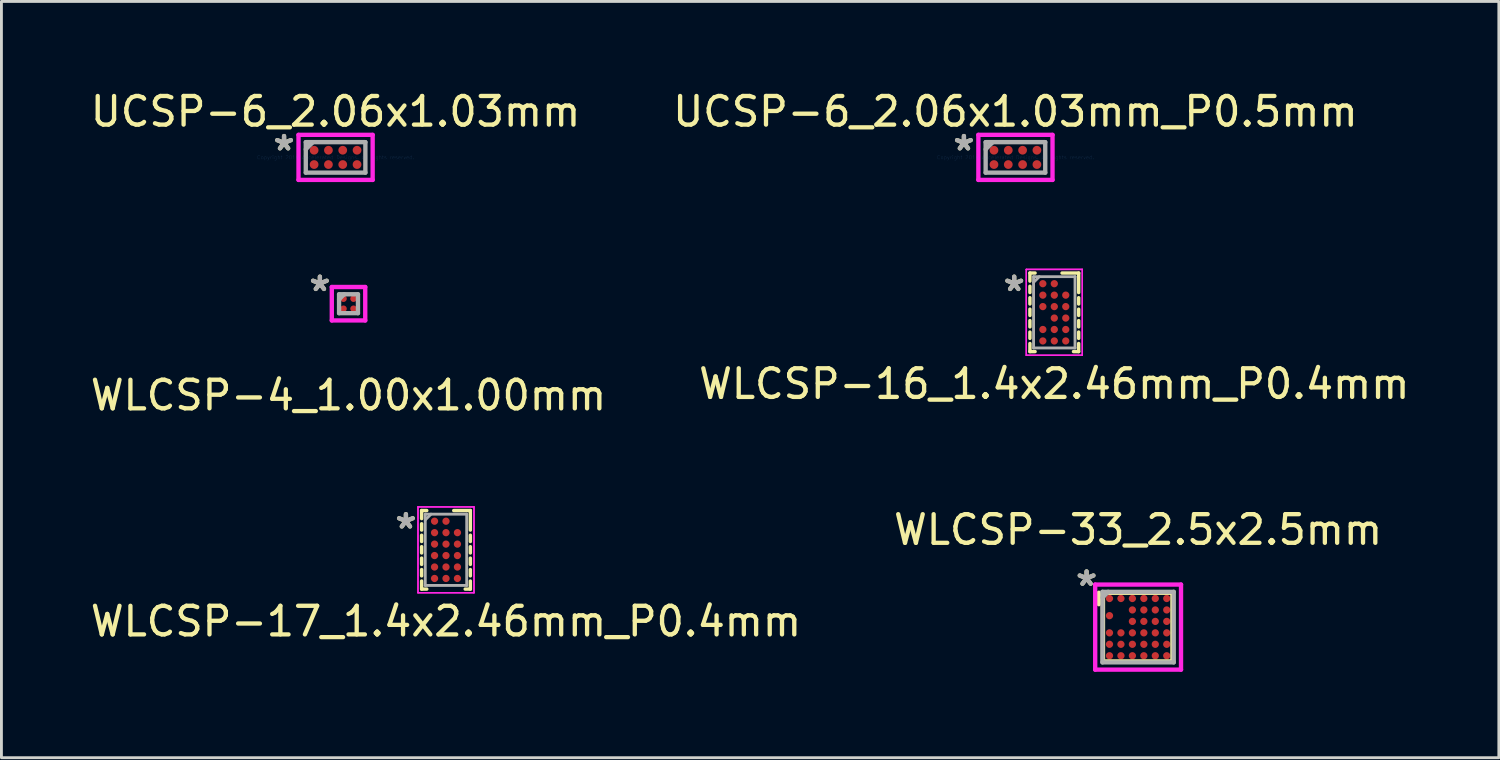
<source format=kicad_pcb>
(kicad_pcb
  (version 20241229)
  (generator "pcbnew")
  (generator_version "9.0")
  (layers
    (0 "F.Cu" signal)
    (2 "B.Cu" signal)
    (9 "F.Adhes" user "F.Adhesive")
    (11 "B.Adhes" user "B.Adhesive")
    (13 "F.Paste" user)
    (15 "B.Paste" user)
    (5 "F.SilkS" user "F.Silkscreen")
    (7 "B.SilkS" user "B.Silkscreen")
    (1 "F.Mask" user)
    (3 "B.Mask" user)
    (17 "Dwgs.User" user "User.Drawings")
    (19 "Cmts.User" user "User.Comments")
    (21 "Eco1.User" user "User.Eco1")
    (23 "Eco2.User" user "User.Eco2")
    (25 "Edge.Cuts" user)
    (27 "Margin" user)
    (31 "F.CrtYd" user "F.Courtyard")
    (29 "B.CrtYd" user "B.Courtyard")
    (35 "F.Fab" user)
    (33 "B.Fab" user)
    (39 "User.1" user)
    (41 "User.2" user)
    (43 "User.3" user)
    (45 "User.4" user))
  (footprint "UCSP-6_2.06x1.03mm_P0.5mm"
    (layer "F.Cu")
    (at 32.423 2.448)
    (property "Reference" "UCSP-6_2.06x1.03mm_P0.5mm" (at 0 -1.6 0) (layer "F.SilkS") (effects (font (size 1 1) (thickness 0.15))))
    (attr through_hole)
    (fp_line (start -1.295 -0.787) (end 1.295 -0.787) (stroke (width 0.152) (type solid)) (layer "F.CrtYd"))
    (fp_line (start -1.295 0.787) (end -1.295 -0.787) (stroke (width 0.152) (type solid)) (layer "F.CrtYd"))
    (fp_line (start 1.295 -0.787) (end 1.295 0.787) (stroke (width 0.152) (type solid)) (layer "F.CrtYd"))
    (fp_line (start 1.295 0.787) (end -1.295 0.787) (stroke (width 0.152) (type solid)) (layer "F.CrtYd"))
    (fp_line (start -1.041 -0.533) (end -1.041 0.533) (stroke (width 0.152) (type solid)) (layer "F.Fab"))
    (fp_line (start -1.041 0.533) (end 1.041 0.533) (stroke (width 0.152) (type solid)) (layer "F.Fab"))
    (fp_line (start -0.791 -0.533) (end -1.041 -0.283) (stroke (width 0.152) (type solid)) (layer "F.Fab"))
    (fp_line (start 1.041 -0.533) (end -1.041 -0.533) (stroke (width 0.152) (type solid)) (layer "F.Fab"))
    (fp_line (start 1.041 0.533) (end 1.041 -0.533) (stroke (width 0.152) (type solid)) (layer "F.Fab"))
    (fp_text user "*" (at -1.8 -0.2 0) (layer "F.SilkS") (effects (font (size 1 1) (thickness 0.15))))
    (fp_text user "Copyright 2016 Accelerated Designs. All rights reserved." (at 0 0 0) (layer "Cmts.User") (effects (font (size 0.127 0.127) (thickness 0.002))))
    (fp_text user "*" (at -1.8 -0.2 0) (layer "F.Fab") (effects (font (size 1 1) (thickness 0.15))))
    (pad "A1" smd circle (at -0.75 -0.25) (size 0.305 0.305) (layers "F.Cu" "F.Mask" "F.Paste"))
    (pad "A2" smd circle (at -0.25 -0.25) (size 0.305 0.305) (layers "F.Cu" "F.Mask" "F.Paste"))
    (pad "A3" smd circle (at 0.25 -0.25) (size 0.305 0.305) (layers "F.Cu" "F.Mask" "F.Paste"))
    (pad "A4" smd circle (at 0.75 -0.25) (size 0.305 0.305) (layers "F.Cu" "F.Mask" "F.Paste"))
    (pad "B1" smd circle (at -0.75 0.25) (size 0.305 0.305) (layers "F.Cu" "F.Mask" "F.Paste"))
    (pad "B2" smd circle (at -0.25 0.25) (size 0.305 0.305) (layers "F.Cu" "F.Mask" "F.Paste"))
    (pad "B3" smd circle (at 0.25 0.25) (size 0.305 0.305) (layers "F.Cu" "F.Mask" "F.Paste"))
    (pad "B4" smd circle (at 0.75 0.25) (size 0.305 0.305) (layers "F.Cu" "F.Mask" "F.Paste")))
  (footprint "WLCSP-17_1.4x2.46mm_P0.4mm"
    (layer "F.Cu")
    (at 12.53 16.157)
    (property "Reference" "WLCSP-17_1.4x2.46mm_P0.4mm" (at 0 2.5 0) (layer "F.SilkS") (effects (font (size 1 1) (thickness 0.15))))
    (attr through_hole)
    (fp_line (start -0.851 -1.372) (end -0.851 -1.09) (stroke (width 0.12) (type solid)) (layer "F.SilkS"))
    (fp_line (start -0.851 -0.91) (end -0.851 -0.69) (stroke (width 0.12) (type solid)) (layer "F.SilkS"))
    (fp_line (start -0.851 -0.51) (end -0.851 -0.29) (stroke (width 0.12) (type solid)) (layer "F.SilkS"))
    (fp_line (start -0.851 -0.11) (end -0.851 0.11) (stroke (width 0.12) (type solid)) (layer "F.SilkS"))
    (fp_line (start -0.851 0.29) (end -0.851 0.51) (stroke (width 0.12) (type solid)) (layer "F.SilkS"))
    (fp_line (start -0.851 0.69) (end -0.851 0.91) (stroke (width 0.12) (type solid)) (layer "F.SilkS"))
    (fp_line (start -0.851 1.09) (end -0.851 1.372) (stroke (width 0.12) (type solid)) (layer "F.SilkS"))
    (fp_line (start -0.851 1.372) (end -0.671 1.372) (stroke (width 0.12) (type solid)) (layer "F.SilkS"))
    (fp_line (start -0.671 -1.372) (end -0.851 -1.372) (stroke (width 0.12) (type solid)) (layer "F.SilkS"))
    (fp_line (start 0.671 1.372) (end 0.851 1.372) (stroke (width 0.12) (type solid)) (layer "F.SilkS"))
    (fp_line (start 0.851 -1.372) (end 0.271 -1.372) (stroke (width 0.12) (type solid)) (layer "F.SilkS"))
    (fp_line (start 0.851 -0.69) (end 0.851 -1.372) (stroke (width 0.12) (type solid)) (layer "F.SilkS"))
    (fp_line (start 0.851 -0.29) (end 0.851 -0.51) (stroke (width 0.12) (type solid)) (layer "F.SilkS"))
    (fp_line (start 0.851 0.11) (end 0.851 -0.11) (stroke (width 0.12) (type solid)) (layer "F.SilkS"))
    (fp_line (start 0.851 0.51) (end 0.851 0.29) (stroke (width 0.12) (type solid)) (layer "F.SilkS"))
    (fp_line (start 0.851 0.91) (end 0.851 0.69) (stroke (width 0.12) (type solid)) (layer "F.SilkS"))
    (fp_line (start 0.851 1.372) (end 0.851 1.09) (stroke (width 0.12) (type solid)) (layer "F.SilkS"))
    (fp_line (start -0.978 -1.499) (end 0.978 -1.499) (stroke (width 0.05) (type solid)) (layer "F.CrtYd"))
    (fp_line (start -0.978 -1.499) (end 0.978 -1.499) (stroke (width 0.05) (type solid)) (layer "F.CrtYd"))
    (fp_line (start -0.978 1.499) (end -0.978 -1.499) (stroke (width 0.05) (type solid)) (layer "F.CrtYd"))
    (fp_line (start -0.978 1.499) (end -0.978 -1.499) (stroke (width 0.05) (type solid)) (layer "F.CrtYd"))
    (fp_line (start 0.978 -1.499) (end 0.978 1.499) (stroke (width 0.05) (type solid)) (layer "F.CrtYd"))
    (fp_line (start 0.978 -1.499) (end 0.978 1.499) (stroke (width 0.05) (type solid)) (layer "F.CrtYd"))
    (fp_line (start 0.978 1.499) (end -0.978 1.499) (stroke (width 0.05) (type solid)) (layer "F.CrtYd"))
    (fp_line (start 0.978 1.499) (end -0.978 1.499) (stroke (width 0.05) (type solid)) (layer "F.CrtYd"))
    (fp_line (start -0.724 -1.245) (end -0.724 1.245) (stroke (width 0.1) (type solid)) (layer "F.Fab"))
    (fp_line (start -0.724 1.245) (end 0.724 1.245) (stroke (width 0.1) (type solid)) (layer "F.Fab"))
    (fp_line (start -0.524 -1.245) (end -0.724 -1.045) (stroke (width 0.1) (type solid)) (layer "F.Fab"))
    (fp_line (start 0.724 -1.245) (end -0.724 -1.245) (stroke (width 0.1) (type solid)) (layer "F.Fab"))
    (fp_line (start 0.724 1.245) (end 0.724 -1.245) (stroke (width 0.1) (type solid)) (layer "F.Fab"))
    (fp_text user "*" (at -1.4 -0.7 0) (layer "F.SilkS") (effects (font (size 1 1) (thickness 0.15))))
    (fp_text user "*" (at -1.4 -0.7 0) (layer "F.Fab") (effects (font (size 1 1) (thickness 0.15))))
    (pad "A1" smd circle (at -0.4 -1) (size 0.254 0.254) (layers "F.Cu" "F.Mask" "F.Paste"))
    (pad "A2" smd circle (at 0 -1) (size 0.254 0.254) (layers "F.Cu" "F.Mask" "F.Paste"))
    (pad "B1" smd circle (at -0.4 -0.6) (size 0.254 0.254) (layers "F.Cu" "F.Mask" "F.Paste"))
    (pad "B2" smd circle (at 0 -0.6) (size 0.254 0.254) (layers "F.Cu" "F.Mask" "F.Paste"))
    (pad "B3" smd circle (at 0.4 -0.6) (size 0.254 0.254) (layers "F.Cu" "F.Mask" "F.Paste"))
    (pad "C1" smd circle (at -0.4 -0.2) (size 0.254 0.254) (layers "F.Cu" "F.Mask" "F.Paste"))
    (pad "C2" smd circle (at 0 -0.2) (size 0.254 0.254) (layers "F.Cu" "F.Mask" "F.Paste"))
    (pad "C3" smd circle (at 0.4 -0.2) (size 0.254 0.254) (layers "F.Cu" "F.Mask" "F.Paste"))
    (pad "D1" smd circle (at -0.4 0.2) (size 0.254 0.254) (layers "F.Cu" "F.Mask" "F.Paste"))
    (pad "D2" smd circle (at 0 0.2) (size 0.254 0.254) (layers "F.Cu" "F.Mask" "F.Paste"))
    (pad "D3" smd circle (at 0.4 0.2) (size 0.254 0.254) (layers "F.Cu" "F.Mask" "F.Paste"))
    (pad "E1" smd circle (at -0.4 0.6) (size 0.254 0.254) (layers "F.Cu" "F.Mask" "F.Paste"))
    (pad "E2" smd circle (at 0 0.6) (size 0.254 0.254) (layers "F.Cu" "F.Mask" "F.Paste"))
    (pad "E3" smd circle (at 0.4 0.6) (size 0.254 0.254) (layers "F.Cu" "F.Mask" "F.Paste"))
    (pad "F1" smd circle (at -0.4 1) (size 0.254 0.254) (layers "F.Cu" "F.Mask" "F.Paste"))
    (pad "F2" smd circle (at 0 1) (size 0.254 0.254) (layers "F.Cu" "F.Mask" "F.Paste"))
    (pad "F3" smd circle (at 0.4 1) (size 0.254 0.254) (layers "F.Cu" "F.Mask" "F.Paste")))
  (footprint "WLCSP-16_1.4x2.46mm_P0.4mm"
    (layer "F.Cu")
    (at 33.78 7.86)
    (property "Reference" "WLCSP-16_1.4x2.46mm_P0.4mm" (at 0 2.5 0) (layer "F.SilkS") (effects (font (size 1 1) (thickness 0.15))))
    (attr through_hole)
    (fp_line (start -0.851 -1.372) (end -0.851 -1.09) (stroke (width 0.12) (type solid)) (layer "F.SilkS"))
    (fp_line (start -0.851 -0.91) (end -0.851 -0.69) (stroke (width 0.12) (type solid)) (layer "F.SilkS"))
    (fp_line (start -0.851 -0.51) (end -0.851 -0.29) (stroke (width 0.12) (type solid)) (layer "F.SilkS"))
    (fp_line (start -0.851 -0.11) (end -0.851 0.11) (stroke (width 0.12) (type solid)) (layer "F.SilkS"))
    (fp_line (start -0.851 0.29) (end -0.851 0.51) (stroke (width 0.12) (type solid)) (layer "F.SilkS"))
    (fp_line (start -0.851 0.69) (end -0.851 0.91) (stroke (width 0.12) (type solid)) (layer "F.SilkS"))
    (fp_line (start -0.851 1.09) (end -0.851 1.372) (stroke (width 0.12) (type solid)) (layer "F.SilkS"))
    (fp_line (start -0.851 1.372) (end -0.671 1.372) (stroke (width 0.12) (type solid)) (layer "F.SilkS"))
    (fp_line (start -0.671 -1.372) (end -0.851 -1.372) (stroke (width 0.12) (type solid)) (layer "F.SilkS"))
    (fp_line (start 0.671 1.372) (end 0.851 1.372) (stroke (width 0.12) (type solid)) (layer "F.SilkS"))
    (fp_line (start 0.851 -1.372) (end 0.271 -1.372) (stroke (width 0.12) (type solid)) (layer "F.SilkS"))
    (fp_line (start 0.851 -0.69) (end 0.851 -1.372) (stroke (width 0.12) (type solid)) (layer "F.SilkS"))
    (fp_line (start 0.851 -0.29) (end 0.851 -0.51) (stroke (width 0.12) (type solid)) (layer "F.SilkS"))
    (fp_line (start 0.851 0.11) (end 0.851 -0.11) (stroke (width 0.12) (type solid)) (layer "F.SilkS"))
    (fp_line (start 0.851 0.51) (end 0.851 0.29) (stroke (width 0.12) (type solid)) (layer "F.SilkS"))
    (fp_line (start 0.851 0.91) (end 0.851 0.69) (stroke (width 0.12) (type solid)) (layer "F.SilkS"))
    (fp_line (start 0.851 1.372) (end 0.851 1.09) (stroke (width 0.12) (type solid)) (layer "F.SilkS"))
    (fp_line (start -0.978 -1.499) (end 0.978 -1.499) (stroke (width 0.05) (type solid)) (layer "F.CrtYd"))
    (fp_line (start -0.978 -1.499) (end 0.978 -1.499) (stroke (width 0.05) (type solid)) (layer "F.CrtYd"))
    (fp_line (start -0.978 1.499) (end -0.978 -1.499) (stroke (width 0.05) (type solid)) (layer "F.CrtYd"))
    (fp_line (start -0.978 1.499) (end -0.978 -1.499) (stroke (width 0.05) (type solid)) (layer "F.CrtYd"))
    (fp_line (start 0.978 -1.499) (end 0.978 1.499) (stroke (width 0.05) (type solid)) (layer "F.CrtYd"))
    (fp_line (start 0.978 -1.499) (end 0.978 1.499) (stroke (width 0.05) (type solid)) (layer "F.CrtYd"))
    (fp_line (start 0.978 1.499) (end -0.978 1.499) (stroke (width 0.05) (type solid)) (layer "F.CrtYd"))
    (fp_line (start 0.978 1.499) (end -0.978 1.499) (stroke (width 0.05) (type solid)) (layer "F.CrtYd"))
    (fp_line (start -0.724 -1.245) (end -0.724 1.245) (stroke (width 0.1) (type solid)) (layer "F.Fab"))
    (fp_line (start -0.724 1.245) (end 0.724 1.245) (stroke (width 0.1) (type solid)) (layer "F.Fab"))
    (fp_line (start -0.524 -1.245) (end -0.724 -1.045) (stroke (width 0.1) (type solid)) (layer "F.Fab"))
    (fp_line (start 0.724 -1.245) (end -0.724 -1.245) (stroke (width 0.1) (type solid)) (layer "F.Fab"))
    (fp_line (start 0.724 1.245) (end 0.724 -1.245) (stroke (width 0.1) (type solid)) (layer "F.Fab"))
    (fp_text user "*" (at -1.4 -0.7 0) (layer "F.SilkS") (effects (font (size 1 1) (thickness 0.15))))
    (fp_text user "*" (at -1.4 -0.7 0) (layer "F.Fab") (effects (font (size 1 1) (thickness 0.15))))
    (pad "A1" smd circle (at -0.4 -1) (size 0.254 0.254) (layers "F.Cu" "F.Mask" "F.Paste"))
    (pad "A2" smd circle (at 0 -1) (size 0.254 0.254) (layers "F.Cu" "F.Mask" "F.Paste"))
    (pad "B1" smd circle (at -0.4 -0.6) (size 0.254 0.254) (layers "F.Cu" "F.Mask" "F.Paste"))
    (pad "B2" smd circle (at 0 -0.6) (size 0.254 0.254) (layers "F.Cu" "F.Mask" "F.Paste"))
    (pad "B3" smd circle (at 0.4 -0.6) (size 0.254 0.254) (layers "F.Cu" "F.Mask" "F.Paste"))
    (pad "C1" smd circle (at -0.4 -0.2) (size 0.254 0.254) (layers "F.Cu" "F.Mask" "F.Paste"))
    (pad "C2" smd circle (at 0 -0.2) (size 0.254 0.254) (layers "F.Cu" "F.Mask" "F.Paste"))
    (pad "C3" smd circle (at 0.4 -0.2) (size 0.254 0.254) (layers "F.Cu" "F.Mask" "F.Paste"))
    (pad "D2" smd circle (at 0 0.2) (size 0.254 0.254) (layers "F.Cu" "F.Mask" "F.Paste"))
    (pad "D3" smd circle (at 0.4 0.2) (size 0.254 0.254) (layers "F.Cu" "F.Mask" "F.Paste"))
    (pad "E1" smd circle (at -0.4 0.6) (size 0.254 0.254) (layers "F.Cu" "F.Mask" "F.Paste"))
    (pad "E2" smd circle (at 0 0.6) (size 0.254 0.254) (layers "F.Cu" "F.Mask" "F.Paste"))
    (pad "E3" smd circle (at 0.4 0.6) (size 0.254 0.254) (layers "F.Cu" "F.Mask" "F.Paste"))
    (pad "F1" smd circle (at -0.4 1) (size 0.254 0.254) (layers "F.Cu" "F.Mask" "F.Paste"))
    (pad "F2" smd circle (at 0 1) (size 0.254 0.254) (layers "F.Cu" "F.Mask" "F.Paste"))
    (pad "F3" smd circle (at 0.4 1) (size 0.254 0.254) (layers "F.Cu" "F.Mask" "F.Paste")))
  (footprint "WLCSP-4_1.00x1.00mm"
    (layer "F.Cu")
    (at 9.125 7.56)
    (property "Reference" "WLCSP-4_1.00x1.00mm" (at 0 3.2 0) (layer "F.SilkS") (effects (font (size 1 1) (thickness 0.15))))
    (attr through_hole)
    (fp_line (start -0.584 -0.584) (end 0.584 -0.584) (stroke (width 0.152) (type solid)) (layer "F.CrtYd"))
    (fp_line (start -0.584 0.584) (end -0.584 -0.584) (stroke (width 0.152) (type solid)) (layer "F.CrtYd"))
    (fp_line (start 0.584 -0.584) (end 0.584 0.584) (stroke (width 0.152) (type solid)) (layer "F.CrtYd"))
    (fp_line (start 0.584 0.584) (end -0.584 0.584) (stroke (width 0.152) (type solid)) (layer "F.CrtYd"))
    (fp_line (start -0.33 -0.33) (end -0.33 0.33) (stroke (width 0.152) (type solid)) (layer "F.Fab"))
    (fp_line (start -0.33 0.33) (end 0.33 0.33) (stroke (width 0.152) (type solid)) (layer "F.Fab"))
    (fp_line (start -0.155 -0.33) (end -0.33 -0.155) (stroke (width 0.152) (type solid)) (layer "F.Fab"))
    (fp_line (start 0.33 -0.33) (end -0.33 -0.33) (stroke (width 0.152) (type solid)) (layer "F.Fab"))
    (fp_line (start 0.33 0.33) (end 0.33 -0.33) (stroke (width 0.152) (type solid)) (layer "F.Fab"))
    (fp_text user "*" (at -1 -0.4 0) (layer "F.SilkS") (effects (font (size 1 1) (thickness 0.15))))
    (fp_text user "*" (at -1 -0.4 0) (layer "F.Fab") (effects (font (size 1 1) (thickness 0.15))))
    (pad "A1" smd circle (at -0.175 -0.175) (size 0.229 0.229) (layers "F.Cu" "F.Mask" "F.Paste"))
    (pad "A2" smd circle (at 0.175 -0.175) (size 0.229 0.229) (layers "F.Cu" "F.Mask" "F.Paste"))
    (pad "B1" smd circle (at -0.175 0.175) (size 0.229 0.229) (layers "F.Cu" "F.Mask" "F.Paste"))
    (pad "B2" smd circle (at 0.175 0.175) (size 0.229 0.229) (layers "F.Cu" "F.Mask" "F.Paste")))
  (footprint "WLCSP-33_2.5x2.5mm"
    (layer "F.Cu")
    (at 36.708 18.857)
    (property "Reference" "WLCSP-33_2.5x2.5mm" (at 0 -3.4 0) (layer "F.SilkS") (effects (font (size 1 1) (thickness 0.15))))
    (attr through_hole)
    (fp_line (start -1.372 -1.2) (end -1.372 -0.8) (stroke (width 0.152) (type solid)) (layer "F.SilkS"))
    (fp_line (start -1.228 1.2) (end -1.228 -1.2) (stroke (width 0.152) (type solid)) (layer "F.SilkS"))
    (fp_line (start -1.2 -1.2) (end 1.2 -1.2) (stroke (width 0.152) (type solid)) (layer "F.SilkS"))
    (fp_line (start -1.2 1.2) (end 1.2 1.2) (stroke (width 0.152) (type solid)) (layer "F.SilkS"))
    (fp_line (start 1.2 1.2) (end 1.2 -1.2) (stroke (width 0.152) (type solid)) (layer "F.SilkS"))
    (fp_line (start -1.499 -1.486) (end 1.499 -1.486) (stroke (width 0.152) (type solid)) (layer "F.CrtYd"))
    (fp_line (start -1.499 1.486) (end -1.499 -1.486) (stroke (width 0.152) (type solid)) (layer "F.CrtYd"))
    (fp_line (start 1.499 -1.486) (end 1.499 1.486) (stroke (width 0.152) (type solid)) (layer "F.CrtYd"))
    (fp_line (start 1.499 1.486) (end -1.499 1.486) (stroke (width 0.152) (type solid)) (layer "F.CrtYd"))
    (fp_line (start -1.245 -1.232) (end -1.245 1.232) (stroke (width 0.152) (type solid)) (layer "F.Fab"))
    (fp_line (start -1.245 1.232) (end 1.245 1.232) (stroke (width 0.152) (type solid)) (layer "F.Fab"))
    (fp_line (start -1.045 -1.232) (end -1.245 -1.032) (stroke (width 0.152) (type solid)) (layer "F.Fab"))
    (fp_line (start 1.245 -1.232) (end -1.245 -1.232) (stroke (width 0.152) (type solid)) (layer "F.Fab"))
    (fp_line (start 1.245 1.232) (end 1.245 -1.232) (stroke (width 0.152) (type solid)) (layer "F.Fab"))
    (fp_text user "*" (at -1.8 -1.4 0) (layer "F.SilkS") (effects (font (size 1 1) (thickness 0.15))))
    (fp_text user "*" (at -1.8 -1.4 0) (layer "F.Fab") (effects (font (size 1 1) (thickness 0.15))))
    (pad "A1" smd circle (at -1 -1) (size 0.254 0.254) (layers "F.Cu" "F.Mask" "F.Paste"))
    (pad "A2" smd circle (at -0.6 -1) (size 0.254 0.254) (layers "F.Cu" "F.Mask" "F.Paste"))
    (pad "A3" smd circle (at -0.2 -1) (size 0.254 0.254) (layers "F.Cu" "F.Mask" "F.Paste"))
    (pad "A4" smd circle (at 0.2 -1) (size 0.254 0.254) (layers "F.Cu" "F.Mask" "F.Paste"))
    (pad "A5" smd circle (at 0.6 -1) (size 0.254 0.254) (layers "F.Cu" "F.Mask" "F.Paste"))
    (pad "A6" smd circle (at 1 -1) (size 0.254 0.254) (layers "F.Cu" "F.Mask" "F.Paste"))
    (pad "B3" smd circle (at -0.2 -0.6) (size 0.254 0.254) (layers "F.Cu" "F.Mask" "F.Paste"))
    (pad "B4" smd circle (at 0.2 -0.6) (size 0.254 0.254) (layers "F.Cu" "F.Mask" "F.Paste"))
    (pad "B5" smd circle (at 0.6 -0.6) (size 0.254 0.254) (layers "F.Cu" "F.Mask" "F.Paste"))
    (pad "B6" smd circle (at 1 -0.6) (size 0.254 0.254) (layers "F.Cu" "F.Mask" "F.Paste"))
    (pad "C1" smd circle (at -1 -0.4) (size 0.254 0.254) (layers "F.Cu" "F.Mask" "F.Paste"))
    (pad "D3" smd circle (at -0.2 -0.2) (size 0.254 0.254) (layers "F.Cu" "F.Mask" "F.Paste"))
    (pad "D4" smd circle (at 0.2 -0.2) (size 0.254 0.254) (layers "F.Cu" "F.Mask" "F.Paste"))
    (pad "D5" smd circle (at 0.6 -0.2) (size 0.254 0.254) (layers "F.Cu" "F.Mask" "F.Paste"))
    (pad "D6" smd circle (at 1 -0.2) (size 0.254 0.254) (layers "F.Cu" "F.Mask" "F.Paste"))
    (pad "E1" smd circle (at -1 0.2) (size 0.254 0.254) (layers "F.Cu" "F.Mask" "F.Paste"))
    (pad "E2" smd circle (at -0.6 0.2) (size 0.254 0.254) (layers "F.Cu" "F.Mask" "F.Paste"))
    (pad "E3" smd circle (at -0.2 0.2) (size 0.254 0.254) (layers "F.Cu" "F.Mask" "F.Paste"))
    (pad "E4" smd circle (at 0.2 0.2) (size 0.254 0.254) (layers "F.Cu" "F.Mask" "F.Paste"))
    (pad "E5" smd circle (at 0.6 0.2) (size 0.254 0.254) (layers "F.Cu" "F.Mask" "F.Paste"))
    (pad "E6" smd circle (at 1 0.2) (size 0.254 0.254) (layers "F.Cu" "F.Mask" "F.Paste"))
    (pad "F1" smd circle (at -1 0.6) (size 0.254 0.254) (layers "F.Cu" "F.Mask" "F.Paste"))
    (pad "F2" smd circle (at -0.6 0.6) (size 0.254 0.254) (layers "F.Cu" "F.Mask" "F.Paste"))
    (pad "F3" smd circle (at -0.2 0.6) (size 0.254 0.254) (layers "F.Cu" "F.Mask" "F.Paste"))
    (pad "F4" smd circle (at 0.2 0.6) (size 0.254 0.254) (layers "F.Cu" "F.Mask" "F.Paste"))
    (pad "F5" smd circle (at 0.6 0.6) (size 0.254 0.254) (layers "F.Cu" "F.Mask" "F.Paste"))
    (pad "F6" smd circle (at 1 0.6) (size 0.254 0.254) (layers "F.Cu" "F.Mask" "F.Paste"))
    (pad "G1" smd circle (at -1 1) (size 0.254 0.254) (layers "F.Cu" "F.Mask" "F.Paste"))
    (pad "G2" smd circle (at -0.6 1) (size 0.254 0.254) (layers "F.Cu" "F.Mask" "F.Paste"))
    (pad "G3" smd circle (at -0.2 1) (size 0.254 0.254) (layers "F.Cu" "F.Mask" "F.Paste"))
    (pad "G4" smd circle (at 0.2 1) (size 0.254 0.254) (layers "F.Cu" "F.Mask" "F.Paste"))
    (pad "G5" smd circle (at 0.6 1) (size 0.254 0.254) (layers "F.Cu" "F.Mask" "F.Paste"))
    (pad "G6" smd circle (at 1 1) (size 0.254 0.254) (layers "F.Cu" "F.Mask" "F.Paste")))
  (footprint "UCSP-6_2.06x1.03mm"
    (layer "F.Cu")
    (at 8.673 2.448)
    (property "Reference" "UCSP-6_2.06x1.03mm" (at 0 -1.6 0) (layer "F.SilkS") (effects (font (size 1 1) (thickness 0.15))))
    (attr through_hole)
    (fp_line (start -1.295 -0.787) (end 1.295 -0.787) (stroke (width 0.152) (type solid)) (layer "F.CrtYd"))
    (fp_line (start -1.295 0.787) (end -1.295 -0.787) (stroke (width 0.152) (type solid)) (layer "F.CrtYd"))
    (fp_line (start 1.295 -0.787) (end 1.295 0.787) (stroke (width 0.152) (type solid)) (layer "F.CrtYd"))
    (fp_line (start 1.295 0.787) (end -1.295 0.787) (stroke (width 0.152) (type solid)) (layer "F.CrtYd"))
    (fp_line (start -1.041 -0.533) (end -1.041 0.533) (stroke (width 0.152) (type solid)) (layer "F.Fab"))
    (fp_line (start -1.041 0.533) (end 1.041 0.533) (stroke (width 0.152) (type solid)) (layer "F.Fab"))
    (fp_line (start -0.791 -0.533) (end -1.041 -0.283) (stroke (width 0.152) (type solid)) (layer "F.Fab"))
    (fp_line (start 1.041 -0.533) (end -1.041 -0.533) (stroke (width 0.152) (type solid)) (layer "F.Fab"))
    (fp_line (start 1.041 0.533) (end 1.041 -0.533) (stroke (width 0.152) (type solid)) (layer "F.Fab"))
    (fp_text user "*" (at -1.8 -0.2 0) (layer "F.SilkS") (effects (font (size 1 1) (thickness 0.15))))
    (fp_text user "Copyright 2016 Accelerated Designs. All rights reserved." (at 0 0 0) (layer "Cmts.User") (effects (font (size 0.127 0.127) (thickness 0.002))))
    (fp_text user "*" (at -1.8 -0.2 0) (layer "F.Fab") (effects (font (size 1 1) (thickness 0.15))))
    (pad "A1" smd circle (at -0.75 -0.25) (size 0.305 0.305) (layers "F.Cu" "F.Mask" "F.Paste"))
    (pad "A2" smd circle (at -0.25 -0.25) (size 0.305 0.305) (layers "F.Cu" "F.Mask" "F.Paste"))
    (pad "A3" smd circle (at 0.25 -0.25) (size 0.305 0.305) (layers "F.Cu" "F.Mask" "F.Paste"))
    (pad "A4" smd circle (at 0.75 -0.25) (size 0.305 0.305) (layers "F.Cu" "F.Mask" "F.Paste"))
    (pad "B1" smd circle (at -0.75 0.25) (size 0.305 0.305) (layers "F.Cu" "F.Mask" "F.Paste"))
    (pad "B2" smd circle (at -0.25 0.25) (size 0.305 0.305) (layers "F.Cu" "F.Mask" "F.Paste"))
    (pad "B3" smd circle (at 0.25 0.25) (size 0.305 0.305) (layers "F.Cu" "F.Mask" "F.Paste"))
    (pad "B4" smd circle (at 0.75 0.25) (size 0.305 0.305) (layers "F.Cu" "F.Mask" "F.Paste")))
  (gr_rect
    (start -3 -3)
    (end 49.31 23.419)
    (stroke (width 0.1) (type default))
    (fill no)
    (layer "Edge.Cuts")))
</source>
